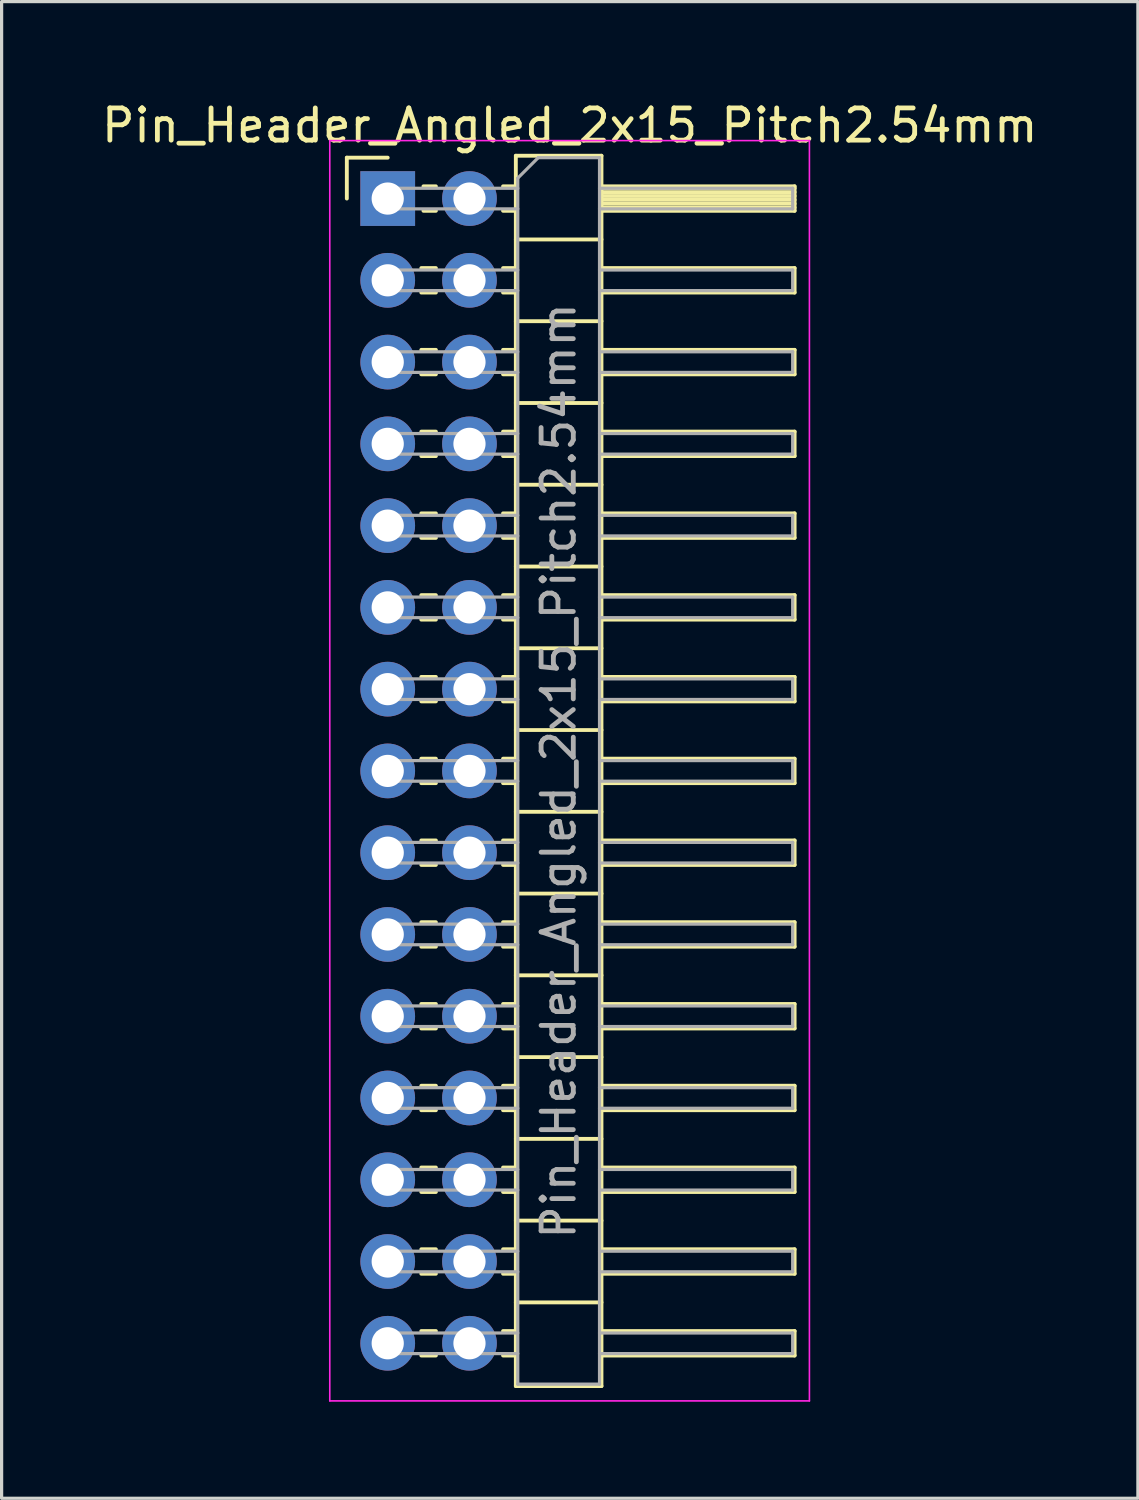
<source format=kicad_pcb>
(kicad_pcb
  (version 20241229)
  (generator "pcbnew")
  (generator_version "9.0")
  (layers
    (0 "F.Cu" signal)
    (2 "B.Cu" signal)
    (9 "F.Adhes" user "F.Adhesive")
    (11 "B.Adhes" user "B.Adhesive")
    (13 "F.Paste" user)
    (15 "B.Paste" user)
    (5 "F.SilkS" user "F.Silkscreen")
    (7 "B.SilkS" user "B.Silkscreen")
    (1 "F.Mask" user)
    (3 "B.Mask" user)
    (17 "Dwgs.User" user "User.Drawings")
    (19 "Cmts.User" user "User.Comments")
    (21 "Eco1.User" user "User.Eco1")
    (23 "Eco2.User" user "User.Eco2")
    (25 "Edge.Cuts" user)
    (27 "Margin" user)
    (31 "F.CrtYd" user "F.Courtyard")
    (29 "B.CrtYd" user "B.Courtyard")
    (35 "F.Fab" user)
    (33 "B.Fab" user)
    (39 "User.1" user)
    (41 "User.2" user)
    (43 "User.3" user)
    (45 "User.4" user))
  (footprint "Pin_Header_Angled_2x15_Pitch2.54mm"
    (layer "F.Cu")
    (at 8.994 3.118)
    (property "Reference" "Pin_Header_Angled_2x15_Pitch2.54mm" (at 5.655 -2.27 0) (layer "F.SilkS") (effects (font (size 1 1) (thickness 0.15))))
    (attr through_hole)
    (fp_line (start -1.27 -1.27) (end 0 -1.27) (stroke (width 0.12) (type solid)) (layer "F.SilkS"))
    (fp_line (start -1.27 0) (end -1.27 -1.27) (stroke (width 0.12) (type solid)) (layer "F.SilkS"))
    (fp_line (start 1.043 2.16) (end 1.497 2.16) (stroke (width 0.12) (type solid)) (layer "F.SilkS"))
    (fp_line (start 1.043 2.92) (end 1.497 2.92) (stroke (width 0.12) (type solid)) (layer "F.SilkS"))
    (fp_line (start 1.043 4.7) (end 1.497 4.7) (stroke (width 0.12) (type solid)) (layer "F.SilkS"))
    (fp_line (start 1.043 5.46) (end 1.497 5.46) (stroke (width 0.12) (type solid)) (layer "F.SilkS"))
    (fp_line (start 1.043 7.24) (end 1.497 7.24) (stroke (width 0.12) (type solid)) (layer "F.SilkS"))
    (fp_line (start 1.043 8) (end 1.497 8) (stroke (width 0.12) (type solid)) (layer "F.SilkS"))
    (fp_line (start 1.043 9.78) (end 1.497 9.78) (stroke (width 0.12) (type solid)) (layer "F.SilkS"))
    (fp_line (start 1.043 10.54) (end 1.497 10.54) (stroke (width 0.12) (type solid)) (layer "F.SilkS"))
    (fp_line (start 1.043 12.32) (end 1.497 12.32) (stroke (width 0.12) (type solid)) (layer "F.SilkS"))
    (fp_line (start 1.043 13.08) (end 1.497 13.08) (stroke (width 0.12) (type solid)) (layer "F.SilkS"))
    (fp_line (start 1.043 14.86) (end 1.497 14.86) (stroke (width 0.12) (type solid)) (layer "F.SilkS"))
    (fp_line (start 1.043 15.62) (end 1.497 15.62) (stroke (width 0.12) (type solid)) (layer "F.SilkS"))
    (fp_line (start 1.043 17.4) (end 1.497 17.4) (stroke (width 0.12) (type solid)) (layer "F.SilkS"))
    (fp_line (start 1.043 18.16) (end 1.497 18.16) (stroke (width 0.12) (type solid)) (layer "F.SilkS"))
    (fp_line (start 1.043 19.94) (end 1.497 19.94) (stroke (width 0.12) (type solid)) (layer "F.SilkS"))
    (fp_line (start 1.043 20.7) (end 1.497 20.7) (stroke (width 0.12) (type solid)) (layer "F.SilkS"))
    (fp_line (start 1.043 22.48) (end 1.497 22.48) (stroke (width 0.12) (type solid)) (layer "F.SilkS"))
    (fp_line (start 1.043 23.24) (end 1.497 23.24) (stroke (width 0.12) (type solid)) (layer "F.SilkS"))
    (fp_line (start 1.043 25.02) (end 1.497 25.02) (stroke (width 0.12) (type solid)) (layer "F.SilkS"))
    (fp_line (start 1.043 25.78) (end 1.497 25.78) (stroke (width 0.12) (type solid)) (layer "F.SilkS"))
    (fp_line (start 1.043 27.56) (end 1.497 27.56) (stroke (width 0.12) (type solid)) (layer "F.SilkS"))
    (fp_line (start 1.043 28.32) (end 1.497 28.32) (stroke (width 0.12) (type solid)) (layer "F.SilkS"))
    (fp_line (start 1.043 30.1) (end 1.497 30.1) (stroke (width 0.12) (type solid)) (layer "F.SilkS"))
    (fp_line (start 1.043 30.86) (end 1.497 30.86) (stroke (width 0.12) (type solid)) (layer "F.SilkS"))
    (fp_line (start 1.043 32.64) (end 1.497 32.64) (stroke (width 0.12) (type solid)) (layer "F.SilkS"))
    (fp_line (start 1.043 33.4) (end 1.497 33.4) (stroke (width 0.12) (type solid)) (layer "F.SilkS"))
    (fp_line (start 1.043 35.18) (end 1.497 35.18) (stroke (width 0.12) (type solid)) (layer "F.SilkS"))
    (fp_line (start 1.043 35.94) (end 1.497 35.94) (stroke (width 0.12) (type solid)) (layer "F.SilkS"))
    (fp_line (start 1.11 -0.38) (end 1.497 -0.38) (stroke (width 0.12) (type solid)) (layer "F.SilkS"))
    (fp_line (start 1.11 0.38) (end 1.497 0.38) (stroke (width 0.12) (type solid)) (layer "F.SilkS"))
    (fp_line (start 3.583 -0.38) (end 3.98 -0.38) (stroke (width 0.12) (type solid)) (layer "F.SilkS"))
    (fp_line (start 3.583 0.38) (end 3.98 0.38) (stroke (width 0.12) (type solid)) (layer "F.SilkS"))
    (fp_line (start 3.583 2.16) (end 3.98 2.16) (stroke (width 0.12) (type solid)) (layer "F.SilkS"))
    (fp_line (start 3.583 2.92) (end 3.98 2.92) (stroke (width 0.12) (type solid)) (layer "F.SilkS"))
    (fp_line (start 3.583 4.7) (end 3.98 4.7) (stroke (width 0.12) (type solid)) (layer "F.SilkS"))
    (fp_line (start 3.583 5.46) (end 3.98 5.46) (stroke (width 0.12) (type solid)) (layer "F.SilkS"))
    (fp_line (start 3.583 7.24) (end 3.98 7.24) (stroke (width 0.12) (type solid)) (layer "F.SilkS"))
    (fp_line (start 3.583 8) (end 3.98 8) (stroke (width 0.12) (type solid)) (layer "F.SilkS"))
    (fp_line (start 3.583 9.78) (end 3.98 9.78) (stroke (width 0.12) (type solid)) (layer "F.SilkS"))
    (fp_line (start 3.583 10.54) (end 3.98 10.54) (stroke (width 0.12) (type solid)) (layer "F.SilkS"))
    (fp_line (start 3.583 12.32) (end 3.98 12.32) (stroke (width 0.12) (type solid)) (layer "F.SilkS"))
    (fp_line (start 3.583 13.08) (end 3.98 13.08) (stroke (width 0.12) (type solid)) (layer "F.SilkS"))
    (fp_line (start 3.583 14.86) (end 3.98 14.86) (stroke (width 0.12) (type solid)) (layer "F.SilkS"))
    (fp_line (start 3.583 15.62) (end 3.98 15.62) (stroke (width 0.12) (type solid)) (layer "F.SilkS"))
    (fp_line (start 3.583 17.4) (end 3.98 17.4) (stroke (width 0.12) (type solid)) (layer "F.SilkS"))
    (fp_line (start 3.583 18.16) (end 3.98 18.16) (stroke (width 0.12) (type solid)) (layer "F.SilkS"))
    (fp_line (start 3.583 19.94) (end 3.98 19.94) (stroke (width 0.12) (type solid)) (layer "F.SilkS"))
    (fp_line (start 3.583 20.7) (end 3.98 20.7) (stroke (width 0.12) (type solid)) (layer "F.SilkS"))
    (fp_line (start 3.583 22.48) (end 3.98 22.48) (stroke (width 0.12) (type solid)) (layer "F.SilkS"))
    (fp_line (start 3.583 23.24) (end 3.98 23.24) (stroke (width 0.12) (type solid)) (layer "F.SilkS"))
    (fp_line (start 3.583 25.02) (end 3.98 25.02) (stroke (width 0.12) (type solid)) (layer "F.SilkS"))
    (fp_line (start 3.583 25.78) (end 3.98 25.78) (stroke (width 0.12) (type solid)) (layer "F.SilkS"))
    (fp_line (start 3.583 27.56) (end 3.98 27.56) (stroke (width 0.12) (type solid)) (layer "F.SilkS"))
    (fp_line (start 3.583 28.32) (end 3.98 28.32) (stroke (width 0.12) (type solid)) (layer "F.SilkS"))
    (fp_line (start 3.583 30.1) (end 3.98 30.1) (stroke (width 0.12) (type solid)) (layer "F.SilkS"))
    (fp_line (start 3.583 30.86) (end 3.98 30.86) (stroke (width 0.12) (type solid)) (layer "F.SilkS"))
    (fp_line (start 3.583 32.64) (end 3.98 32.64) (stroke (width 0.12) (type solid)) (layer "F.SilkS"))
    (fp_line (start 3.583 33.4) (end 3.98 33.4) (stroke (width 0.12) (type solid)) (layer "F.SilkS"))
    (fp_line (start 3.583 35.18) (end 3.98 35.18) (stroke (width 0.12) (type solid)) (layer "F.SilkS"))
    (fp_line (start 3.583 35.94) (end 3.98 35.94) (stroke (width 0.12) (type solid)) (layer "F.SilkS"))
    (fp_line (start 3.98 -1.33) (end 3.98 36.89) (stroke (width 0.12) (type solid)) (layer "F.SilkS"))
    (fp_line (start 3.98 1.27) (end 6.64 1.27) (stroke (width 0.12) (type solid)) (layer "F.SilkS"))
    (fp_line (start 3.98 3.81) (end 6.64 3.81) (stroke (width 0.12) (type solid)) (layer "F.SilkS"))
    (fp_line (start 3.98 6.35) (end 6.64 6.35) (stroke (width 0.12) (type solid)) (layer "F.SilkS"))
    (fp_line (start 3.98 8.89) (end 6.64 8.89) (stroke (width 0.12) (type solid)) (layer "F.SilkS"))
    (fp_line (start 3.98 11.43) (end 6.64 11.43) (stroke (width 0.12) (type solid)) (layer "F.SilkS"))
    (fp_line (start 3.98 13.97) (end 6.64 13.97) (stroke (width 0.12) (type solid)) (layer "F.SilkS"))
    (fp_line (start 3.98 16.51) (end 6.64 16.51) (stroke (width 0.12) (type solid)) (layer "F.SilkS"))
    (fp_line (start 3.98 19.05) (end 6.64 19.05) (stroke (width 0.12) (type solid)) (layer "F.SilkS"))
    (fp_line (start 3.98 21.59) (end 6.64 21.59) (stroke (width 0.12) (type solid)) (layer "F.SilkS"))
    (fp_line (start 3.98 24.13) (end 6.64 24.13) (stroke (width 0.12) (type solid)) (layer "F.SilkS"))
    (fp_line (start 3.98 26.67) (end 6.64 26.67) (stroke (width 0.12) (type solid)) (layer "F.SilkS"))
    (fp_line (start 3.98 29.21) (end 6.64 29.21) (stroke (width 0.12) (type solid)) (layer "F.SilkS"))
    (fp_line (start 3.98 31.75) (end 6.64 31.75) (stroke (width 0.12) (type solid)) (layer "F.SilkS"))
    (fp_line (start 3.98 34.29) (end 6.64 34.29) (stroke (width 0.12) (type solid)) (layer "F.SilkS"))
    (fp_line (start 3.98 36.89) (end 6.64 36.89) (stroke (width 0.12) (type solid)) (layer "F.SilkS"))
    (fp_line (start 6.64 -1.33) (end 3.98 -1.33) (stroke (width 0.12) (type solid)) (layer "F.SilkS"))
    (fp_line (start 6.64 -0.38) (end 12.64 -0.38) (stroke (width 0.12) (type solid)) (layer "F.SilkS"))
    (fp_line (start 6.64 -0.32) (end 12.64 -0.32) (stroke (width 0.12) (type solid)) (layer "F.SilkS"))
    (fp_line (start 6.64 -0.2) (end 12.64 -0.2) (stroke (width 0.12) (type solid)) (layer "F.SilkS"))
    (fp_line (start 6.64 -0.08) (end 12.64 -0.08) (stroke (width 0.12) (type solid)) (layer "F.SilkS"))
    (fp_line (start 6.64 0.04) (end 12.64 0.04) (stroke (width 0.12) (type solid)) (layer "F.SilkS"))
    (fp_line (start 6.64 0.16) (end 12.64 0.16) (stroke (width 0.12) (type solid)) (layer "F.SilkS"))
    (fp_line (start 6.64 0.28) (end 12.64 0.28) (stroke (width 0.12) (type solid)) (layer "F.SilkS"))
    (fp_line (start 6.64 2.16) (end 12.64 2.16) (stroke (width 0.12) (type solid)) (layer "F.SilkS"))
    (fp_line (start 6.64 4.7) (end 12.64 4.7) (stroke (width 0.12) (type solid)) (layer "F.SilkS"))
    (fp_line (start 6.64 7.24) (end 12.64 7.24) (stroke (width 0.12) (type solid)) (layer "F.SilkS"))
    (fp_line (start 6.64 9.78) (end 12.64 9.78) (stroke (width 0.12) (type solid)) (layer "F.SilkS"))
    (fp_line (start 6.64 12.32) (end 12.64 12.32) (stroke (width 0.12) (type solid)) (layer "F.SilkS"))
    (fp_line (start 6.64 14.86) (end 12.64 14.86) (stroke (width 0.12) (type solid)) (layer "F.SilkS"))
    (fp_line (start 6.64 17.4) (end 12.64 17.4) (stroke (width 0.12) (type solid)) (layer "F.SilkS"))
    (fp_line (start 6.64 19.94) (end 12.64 19.94) (stroke (width 0.12) (type solid)) (layer "F.SilkS"))
    (fp_line (start 6.64 22.48) (end 12.64 22.48) (stroke (width 0.12) (type solid)) (layer "F.SilkS"))
    (fp_line (start 6.64 25.02) (end 12.64 25.02) (stroke (width 0.12) (type solid)) (layer "F.SilkS"))
    (fp_line (start 6.64 27.56) (end 12.64 27.56) (stroke (width 0.12) (type solid)) (layer "F.SilkS"))
    (fp_line (start 6.64 30.1) (end 12.64 30.1) (stroke (width 0.12) (type solid)) (layer "F.SilkS"))
    (fp_line (start 6.64 32.64) (end 12.64 32.64) (stroke (width 0.12) (type solid)) (layer "F.SilkS"))
    (fp_line (start 6.64 35.18) (end 12.64 35.18) (stroke (width 0.12) (type solid)) (layer "F.SilkS"))
    (fp_line (start 6.64 36.89) (end 6.64 -1.33) (stroke (width 0.12) (type solid)) (layer "F.SilkS"))
    (fp_line (start 12.64 -0.38) (end 12.64 0.38) (stroke (width 0.12) (type solid)) (layer "F.SilkS"))
    (fp_line (start 12.64 0.38) (end 6.64 0.38) (stroke (width 0.12) (type solid)) (layer "F.SilkS"))
    (fp_line (start 12.64 2.16) (end 12.64 2.92) (stroke (width 0.12) (type solid)) (layer "F.SilkS"))
    (fp_line (start 12.64 2.92) (end 6.64 2.92) (stroke (width 0.12) (type solid)) (layer "F.SilkS"))
    (fp_line (start 12.64 4.7) (end 12.64 5.46) (stroke (width 0.12) (type solid)) (layer "F.SilkS"))
    (fp_line (start 12.64 5.46) (end 6.64 5.46) (stroke (width 0.12) (type solid)) (layer "F.SilkS"))
    (fp_line (start 12.64 7.24) (end 12.64 8) (stroke (width 0.12) (type solid)) (layer "F.SilkS"))
    (fp_line (start 12.64 8) (end 6.64 8) (stroke (width 0.12) (type solid)) (layer "F.SilkS"))
    (fp_line (start 12.64 9.78) (end 12.64 10.54) (stroke (width 0.12) (type solid)) (layer "F.SilkS"))
    (fp_line (start 12.64 10.54) (end 6.64 10.54) (stroke (width 0.12) (type solid)) (layer "F.SilkS"))
    (fp_line (start 12.64 12.32) (end 12.64 13.08) (stroke (width 0.12) (type solid)) (layer "F.SilkS"))
    (fp_line (start 12.64 13.08) (end 6.64 13.08) (stroke (width 0.12) (type solid)) (layer "F.SilkS"))
    (fp_line (start 12.64 14.86) (end 12.64 15.62) (stroke (width 0.12) (type solid)) (layer "F.SilkS"))
    (fp_line (start 12.64 15.62) (end 6.64 15.62) (stroke (width 0.12) (type solid)) (layer "F.SilkS"))
    (fp_line (start 12.64 17.4) (end 12.64 18.16) (stroke (width 0.12) (type solid)) (layer "F.SilkS"))
    (fp_line (start 12.64 18.16) (end 6.64 18.16) (stroke (width 0.12) (type solid)) (layer "F.SilkS"))
    (fp_line (start 12.64 19.94) (end 12.64 20.7) (stroke (width 0.12) (type solid)) (layer "F.SilkS"))
    (fp_line (start 12.64 20.7) (end 6.64 20.7) (stroke (width 0.12) (type solid)) (layer "F.SilkS"))
    (fp_line (start 12.64 22.48) (end 12.64 23.24) (stroke (width 0.12) (type solid)) (layer "F.SilkS"))
    (fp_line (start 12.64 23.24) (end 6.64 23.24) (stroke (width 0.12) (type solid)) (layer "F.SilkS"))
    (fp_line (start 12.64 25.02) (end 12.64 25.78) (stroke (width 0.12) (type solid)) (layer "F.SilkS"))
    (fp_line (start 12.64 25.78) (end 6.64 25.78) (stroke (width 0.12) (type solid)) (layer "F.SilkS"))
    (fp_line (start 12.64 27.56) (end 12.64 28.32) (stroke (width 0.12) (type solid)) (layer "F.SilkS"))
    (fp_line (start 12.64 28.32) (end 6.64 28.32) (stroke (width 0.12) (type solid)) (layer "F.SilkS"))
    (fp_line (start 12.64 30.1) (end 12.64 30.86) (stroke (width 0.12) (type solid)) (layer "F.SilkS"))
    (fp_line (start 12.64 30.86) (end 6.64 30.86) (stroke (width 0.12) (type solid)) (layer "F.SilkS"))
    (fp_line (start 12.64 32.64) (end 12.64 33.4) (stroke (width 0.12) (type solid)) (layer "F.SilkS"))
    (fp_line (start 12.64 33.4) (end 6.64 33.4) (stroke (width 0.12) (type solid)) (layer "F.SilkS"))
    (fp_line (start 12.64 35.18) (end 12.64 35.94) (stroke (width 0.12) (type solid)) (layer "F.SilkS"))
    (fp_line (start 12.64 35.94) (end 6.64 35.94) (stroke (width 0.12) (type solid)) (layer "F.SilkS"))
    (fp_line (start -1.8 -1.8) (end -1.8 37.35) (stroke (width 0.05) (type solid)) (layer "F.CrtYd"))
    (fp_line (start -1.8 37.35) (end 13.1 37.35) (stroke (width 0.05) (type solid)) (layer "F.CrtYd"))
    (fp_line (start 13.1 -1.8) (end -1.8 -1.8) (stroke (width 0.05) (type solid)) (layer "F.CrtYd"))
    (fp_line (start 13.1 37.35) (end 13.1 -1.8) (stroke (width 0.05) (type solid)) (layer "F.CrtYd"))
    (fp_line (start -0.32 -0.32) (end -0.32 0.32) (stroke (width 0.1) (type solid)) (layer "F.Fab"))
    (fp_line (start -0.32 -0.32) (end 4.04 -0.32) (stroke (width 0.1) (type solid)) (layer "F.Fab"))
    (fp_line (start -0.32 0.32) (end 4.04 0.32) (stroke (width 0.1) (type solid)) (layer "F.Fab"))
    (fp_line (start -0.32 2.22) (end -0.32 2.86) (stroke (width 0.1) (type solid)) (layer "F.Fab"))
    (fp_line (start -0.32 2.22) (end 4.04 2.22) (stroke (width 0.1) (type solid)) (layer "F.Fab"))
    (fp_line (start -0.32 2.86) (end 4.04 2.86) (stroke (width 0.1) (type solid)) (layer "F.Fab"))
    (fp_line (start -0.32 4.76) (end -0.32 5.4) (stroke (width 0.1) (type solid)) (layer "F.Fab"))
    (fp_line (start -0.32 4.76) (end 4.04 4.76) (stroke (width 0.1) (type solid)) (layer "F.Fab"))
    (fp_line (start -0.32 5.4) (end 4.04 5.4) (stroke (width 0.1) (type solid)) (layer "F.Fab"))
    (fp_line (start -0.32 7.3) (end -0.32 7.94) (stroke (width 0.1) (type solid)) (layer "F.Fab"))
    (fp_line (start -0.32 7.3) (end 4.04 7.3) (stroke (width 0.1) (type solid)) (layer "F.Fab"))
    (fp_line (start -0.32 7.94) (end 4.04 7.94) (stroke (width 0.1) (type solid)) (layer "F.Fab"))
    (fp_line (start -0.32 9.84) (end -0.32 10.48) (stroke (width 0.1) (type solid)) (layer "F.Fab"))
    (fp_line (start -0.32 9.84) (end 4.04 9.84) (stroke (width 0.1) (type solid)) (layer "F.Fab"))
    (fp_line (start -0.32 10.48) (end 4.04 10.48) (stroke (width 0.1) (type solid)) (layer "F.Fab"))
    (fp_line (start -0.32 12.38) (end -0.32 13.02) (stroke (width 0.1) (type solid)) (layer "F.Fab"))
    (fp_line (start -0.32 12.38) (end 4.04 12.38) (stroke (width 0.1) (type solid)) (layer "F.Fab"))
    (fp_line (start -0.32 13.02) (end 4.04 13.02) (stroke (width 0.1) (type solid)) (layer "F.Fab"))
    (fp_line (start -0.32 14.92) (end -0.32 15.56) (stroke (width 0.1) (type solid)) (layer "F.Fab"))
    (fp_line (start -0.32 14.92) (end 4.04 14.92) (stroke (width 0.1) (type solid)) (layer "F.Fab"))
    (fp_line (start -0.32 15.56) (end 4.04 15.56) (stroke (width 0.1) (type solid)) (layer "F.Fab"))
    (fp_line (start -0.32 17.46) (end -0.32 18.1) (stroke (width 0.1) (type solid)) (layer "F.Fab"))
    (fp_line (start -0.32 17.46) (end 4.04 17.46) (stroke (width 0.1) (type solid)) (layer "F.Fab"))
    (fp_line (start -0.32 18.1) (end 4.04 18.1) (stroke (width 0.1) (type solid)) (layer "F.Fab"))
    (fp_line (start -0.32 20) (end -0.32 20.64) (stroke (width 0.1) (type solid)) (layer "F.Fab"))
    (fp_line (start -0.32 20) (end 4.04 20) (stroke (width 0.1) (type solid)) (layer "F.Fab"))
    (fp_line (start -0.32 20.64) (end 4.04 20.64) (stroke (width 0.1) (type solid)) (layer "F.Fab"))
    (fp_line (start -0.32 22.54) (end -0.32 23.18) (stroke (width 0.1) (type solid)) (layer "F.Fab"))
    (fp_line (start -0.32 22.54) (end 4.04 22.54) (stroke (width 0.1) (type solid)) (layer "F.Fab"))
    (fp_line (start -0.32 23.18) (end 4.04 23.18) (stroke (width 0.1) (type solid)) (layer "F.Fab"))
    (fp_line (start -0.32 25.08) (end -0.32 25.72) (stroke (width 0.1) (type solid)) (layer "F.Fab"))
    (fp_line (start -0.32 25.08) (end 4.04 25.08) (stroke (width 0.1) (type solid)) (layer "F.Fab"))
    (fp_line (start -0.32 25.72) (end 4.04 25.72) (stroke (width 0.1) (type solid)) (layer "F.Fab"))
    (fp_line (start -0.32 27.62) (end -0.32 28.26) (stroke (width 0.1) (type solid)) (layer "F.Fab"))
    (fp_line (start -0.32 27.62) (end 4.04 27.62) (stroke (width 0.1) (type solid)) (layer "F.Fab"))
    (fp_line (start -0.32 28.26) (end 4.04 28.26) (stroke (width 0.1) (type solid)) (layer "F.Fab"))
    (fp_line (start -0.32 30.16) (end -0.32 30.8) (stroke (width 0.1) (type solid)) (layer "F.Fab"))
    (fp_line (start -0.32 30.16) (end 4.04 30.16) (stroke (width 0.1) (type solid)) (layer "F.Fab"))
    (fp_line (start -0.32 30.8) (end 4.04 30.8) (stroke (width 0.1) (type solid)) (layer "F.Fab"))
    (fp_line (start -0.32 32.7) (end -0.32 33.34) (stroke (width 0.1) (type solid)) (layer "F.Fab"))
    (fp_line (start -0.32 32.7) (end 4.04 32.7) (stroke (width 0.1) (type solid)) (layer "F.Fab"))
    (fp_line (start -0.32 33.34) (end 4.04 33.34) (stroke (width 0.1) (type solid)) (layer "F.Fab"))
    (fp_line (start -0.32 35.24) (end -0.32 35.88) (stroke (width 0.1) (type solid)) (layer "F.Fab"))
    (fp_line (start -0.32 35.24) (end 4.04 35.24) (stroke (width 0.1) (type solid)) (layer "F.Fab"))
    (fp_line (start -0.32 35.88) (end 4.04 35.88) (stroke (width 0.1) (type solid)) (layer "F.Fab"))
    (fp_line (start 4.04 -0.635) (end 4.675 -1.27) (stroke (width 0.1) (type solid)) (layer "F.Fab"))
    (fp_line (start 4.04 36.83) (end 4.04 -0.635) (stroke (width 0.1) (type solid)) (layer "F.Fab"))
    (fp_line (start 4.675 -1.27) (end 6.58 -1.27) (stroke (width 0.1) (type solid)) (layer "F.Fab"))
    (fp_line (start 6.58 -1.27) (end 6.58 36.83) (stroke (width 0.1) (type solid)) (layer "F.Fab"))
    (fp_line (start 6.58 -0.32) (end 12.58 -0.32) (stroke (width 0.1) (type solid)) (layer "F.Fab"))
    (fp_line (start 6.58 0.32) (end 12.58 0.32) (stroke (width 0.1) (type solid)) (layer "F.Fab"))
    (fp_line (start 6.58 2.22) (end 12.58 2.22) (stroke (width 0.1) (type solid)) (layer "F.Fab"))
    (fp_line (start 6.58 2.86) (end 12.58 2.86) (stroke (width 0.1) (type solid)) (layer "F.Fab"))
    (fp_line (start 6.58 4.76) (end 12.58 4.76) (stroke (width 0.1) (type solid)) (layer "F.Fab"))
    (fp_line (start 6.58 5.4) (end 12.58 5.4) (stroke (width 0.1) (type solid)) (layer "F.Fab"))
    (fp_line (start 6.58 7.3) (end 12.58 7.3) (stroke (width 0.1) (type solid)) (layer "F.Fab"))
    (fp_line (start 6.58 7.94) (end 12.58 7.94) (stroke (width 0.1) (type solid)) (layer "F.Fab"))
    (fp_line (start 6.58 9.84) (end 12.58 9.84) (stroke (width 0.1) (type solid)) (layer "F.Fab"))
    (fp_line (start 6.58 10.48) (end 12.58 10.48) (stroke (width 0.1) (type solid)) (layer "F.Fab"))
    (fp_line (start 6.58 12.38) (end 12.58 12.38) (stroke (width 0.1) (type solid)) (layer "F.Fab"))
    (fp_line (start 6.58 13.02) (end 12.58 13.02) (stroke (width 0.1) (type solid)) (layer "F.Fab"))
    (fp_line (start 6.58 14.92) (end 12.58 14.92) (stroke (width 0.1) (type solid)) (layer "F.Fab"))
    (fp_line (start 6.58 15.56) (end 12.58 15.56) (stroke (width 0.1) (type solid)) (layer "F.Fab"))
    (fp_line (start 6.58 17.46) (end 12.58 17.46) (stroke (width 0.1) (type solid)) (layer "F.Fab"))
    (fp_line (start 6.58 18.1) (end 12.58 18.1) (stroke (width 0.1) (type solid)) (layer "F.Fab"))
    (fp_line (start 6.58 20) (end 12.58 20) (stroke (width 0.1) (type solid)) (layer "F.Fab"))
    (fp_line (start 6.58 20.64) (end 12.58 20.64) (stroke (width 0.1) (type solid)) (layer "F.Fab"))
    (fp_line (start 6.58 22.54) (end 12.58 22.54) (stroke (width 0.1) (type solid)) (layer "F.Fab"))
    (fp_line (start 6.58 23.18) (end 12.58 23.18) (stroke (width 0.1) (type solid)) (layer "F.Fab"))
    (fp_line (start 6.58 25.08) (end 12.58 25.08) (stroke (width 0.1) (type solid)) (layer "F.Fab"))
    (fp_line (start 6.58 25.72) (end 12.58 25.72) (stroke (width 0.1) (type solid)) (layer "F.Fab"))
    (fp_line (start 6.58 27.62) (end 12.58 27.62) (stroke (width 0.1) (type solid)) (layer "F.Fab"))
    (fp_line (start 6.58 28.26) (end 12.58 28.26) (stroke (width 0.1) (type solid)) (layer "F.Fab"))
    (fp_line (start 6.58 30.16) (end 12.58 30.16) (stroke (width 0.1) (type solid)) (layer "F.Fab"))
    (fp_line (start 6.58 30.8) (end 12.58 30.8) (stroke (width 0.1) (type solid)) (layer "F.Fab"))
    (fp_line (start 6.58 32.7) (end 12.58 32.7) (stroke (width 0.1) (type solid)) (layer "F.Fab"))
    (fp_line (start 6.58 33.34) (end 12.58 33.34) (stroke (width 0.1) (type solid)) (layer "F.Fab"))
    (fp_line (start 6.58 35.24) (end 12.58 35.24) (stroke (width 0.1) (type solid)) (layer "F.Fab"))
    (fp_line (start 6.58 35.88) (end 12.58 35.88) (stroke (width 0.1) (type solid)) (layer "F.Fab"))
    (fp_line (start 6.58 36.83) (end 4.04 36.83) (stroke (width 0.1) (type solid)) (layer "F.Fab"))
    (fp_line (start 12.58 -0.32) (end 12.58 0.32) (stroke (width 0.1) (type solid)) (layer "F.Fab"))
    (fp_line (start 12.58 2.22) (end 12.58 2.86) (stroke (width 0.1) (type solid)) (layer "F.Fab"))
    (fp_line (start 12.58 4.76) (end 12.58 5.4) (stroke (width 0.1) (type solid)) (layer "F.Fab"))
    (fp_line (start 12.58 7.3) (end 12.58 7.94) (stroke (width 0.1) (type solid)) (layer "F.Fab"))
    (fp_line (start 12.58 9.84) (end 12.58 10.48) (stroke (width 0.1) (type solid)) (layer "F.Fab"))
    (fp_line (start 12.58 12.38) (end 12.58 13.02) (stroke (width 0.1) (type solid)) (layer "F.Fab"))
    (fp_line (start 12.58 14.92) (end 12.58 15.56) (stroke (width 0.1) (type solid)) (layer "F.Fab"))
    (fp_line (start 12.58 17.46) (end 12.58 18.1) (stroke (width 0.1) (type solid)) (layer "F.Fab"))
    (fp_line (start 12.58 20) (end 12.58 20.64) (stroke (width 0.1) (type solid)) (layer "F.Fab"))
    (fp_line (start 12.58 22.54) (end 12.58 23.18) (stroke (width 0.1) (type solid)) (layer "F.Fab"))
    (fp_line (start 12.58 25.08) (end 12.58 25.72) (stroke (width 0.1) (type solid)) (layer "F.Fab"))
    (fp_line (start 12.58 27.62) (end 12.58 28.26) (stroke (width 0.1) (type solid)) (layer "F.Fab"))
    (fp_line (start 12.58 30.16) (end 12.58 30.8) (stroke (width 0.1) (type solid)) (layer "F.Fab"))
    (fp_line (start 12.58 32.7) (end 12.58 33.34) (stroke (width 0.1) (type solid)) (layer "F.Fab"))
    (fp_line (start 12.58 35.24) (end 12.58 35.88) (stroke (width 0.1) (type solid)) (layer "F.Fab"))
    (fp_text user "${REFERENCE}" (at 5.31 17.78 90) (layer "F.Fab") (effects (font (size 1 1) (thickness 0.15))))
    (pad "1" thru_hole rect (at 0 0) (size 1.7 1.7) (drill 1) (layers "*.Cu" "*.Mask"))
    (pad "2" thru_hole oval (at 2.54 0) (size 1.7 1.7) (drill 1) (layers "*.Cu" "*.Mask"))
    (pad "3" thru_hole oval (at 0 2.54) (size 1.7 1.7) (drill 1) (layers "*.Cu" "*.Mask"))
    (pad "4" thru_hole oval (at 2.54 2.54) (size 1.7 1.7) (drill 1) (layers "*.Cu" "*.Mask"))
    (pad "5" thru_hole oval (at 0 5.08) (size 1.7 1.7) (drill 1) (layers "*.Cu" "*.Mask"))
    (pad "6" thru_hole oval (at 2.54 5.08) (size 1.7 1.7) (drill 1) (layers "*.Cu" "*.Mask"))
    (pad "7" thru_hole oval (at 0 7.62) (size 1.7 1.7) (drill 1) (layers "*.Cu" "*.Mask"))
    (pad "8" thru_hole oval (at 2.54 7.62) (size 1.7 1.7) (drill 1) (layers "*.Cu" "*.Mask"))
    (pad "9" thru_hole oval (at 0 10.16) (size 1.7 1.7) (drill 1) (layers "*.Cu" "*.Mask"))
    (pad "10" thru_hole oval (at 2.54 10.16) (size 1.7 1.7) (drill 1) (layers "*.Cu" "*.Mask"))
    (pad "11" thru_hole oval (at 0 12.7) (size 1.7 1.7) (drill 1) (layers "*.Cu" "*.Mask"))
    (pad "12" thru_hole oval (at 2.54 12.7) (size 1.7 1.7) (drill 1) (layers "*.Cu" "*.Mask"))
    (pad "13" thru_hole oval (at 0 15.24) (size 1.7 1.7) (drill 1) (layers "*.Cu" "*.Mask"))
    (pad "14" thru_hole oval (at 2.54 15.24) (size 1.7 1.7) (drill 1) (layers "*.Cu" "*.Mask"))
    (pad "15" thru_hole oval (at 0 17.78) (size 1.7 1.7) (drill 1) (layers "*.Cu" "*.Mask"))
    (pad "16" thru_hole oval (at 2.54 17.78) (size 1.7 1.7) (drill 1) (layers "*.Cu" "*.Mask"))
    (pad "17" thru_hole oval (at 0 20.32) (size 1.7 1.7) (drill 1) (layers "*.Cu" "*.Mask"))
    (pad "18" thru_hole oval (at 2.54 20.32) (size 1.7 1.7) (drill 1) (layers "*.Cu" "*.Mask"))
    (pad "19" thru_hole oval (at 0 22.86) (size 1.7 1.7) (drill 1) (layers "*.Cu" "*.Mask"))
    (pad "20" thru_hole oval (at 2.54 22.86) (size 1.7 1.7) (drill 1) (layers "*.Cu" "*.Mask"))
    (pad "21" thru_hole oval (at 0 25.4) (size 1.7 1.7) (drill 1) (layers "*.Cu" "*.Mask"))
    (pad "22" thru_hole oval (at 2.54 25.4) (size 1.7 1.7) (drill 1) (layers "*.Cu" "*.Mask"))
    (pad "23" thru_hole oval (at 0 27.94) (size 1.7 1.7) (drill 1) (layers "*.Cu" "*.Mask"))
    (pad "24" thru_hole oval (at 2.54 27.94) (size 1.7 1.7) (drill 1) (layers "*.Cu" "*.Mask"))
    (pad "25" thru_hole oval (at 0 30.48) (size 1.7 1.7) (drill 1) (layers "*.Cu" "*.Mask"))
    (pad "26" thru_hole oval (at 2.54 30.48) (size 1.7 1.7) (drill 1) (layers "*.Cu" "*.Mask"))
    (pad "27" thru_hole oval (at 0 33.02) (size 1.7 1.7) (drill 1) (layers "*.Cu" "*.Mask"))
    (pad "28" thru_hole oval (at 2.54 33.02) (size 1.7 1.7) (drill 1) (layers "*.Cu" "*.Mask"))
    (pad "29" thru_hole oval (at 0 35.56) (size 1.7 1.7) (drill 1) (layers "*.Cu" "*.Mask"))
    (pad "30" thru_hole oval (at 2.54 35.56) (size 1.7 1.7) (drill 1) (layers "*.Cu" "*.Mask")))
  (gr_rect
    (start -3 -3)
    (end 32.298 43.493)
    (stroke (width 0.1) (type default))
    (fill no)
    (layer "Edge.Cuts")))
</source>
